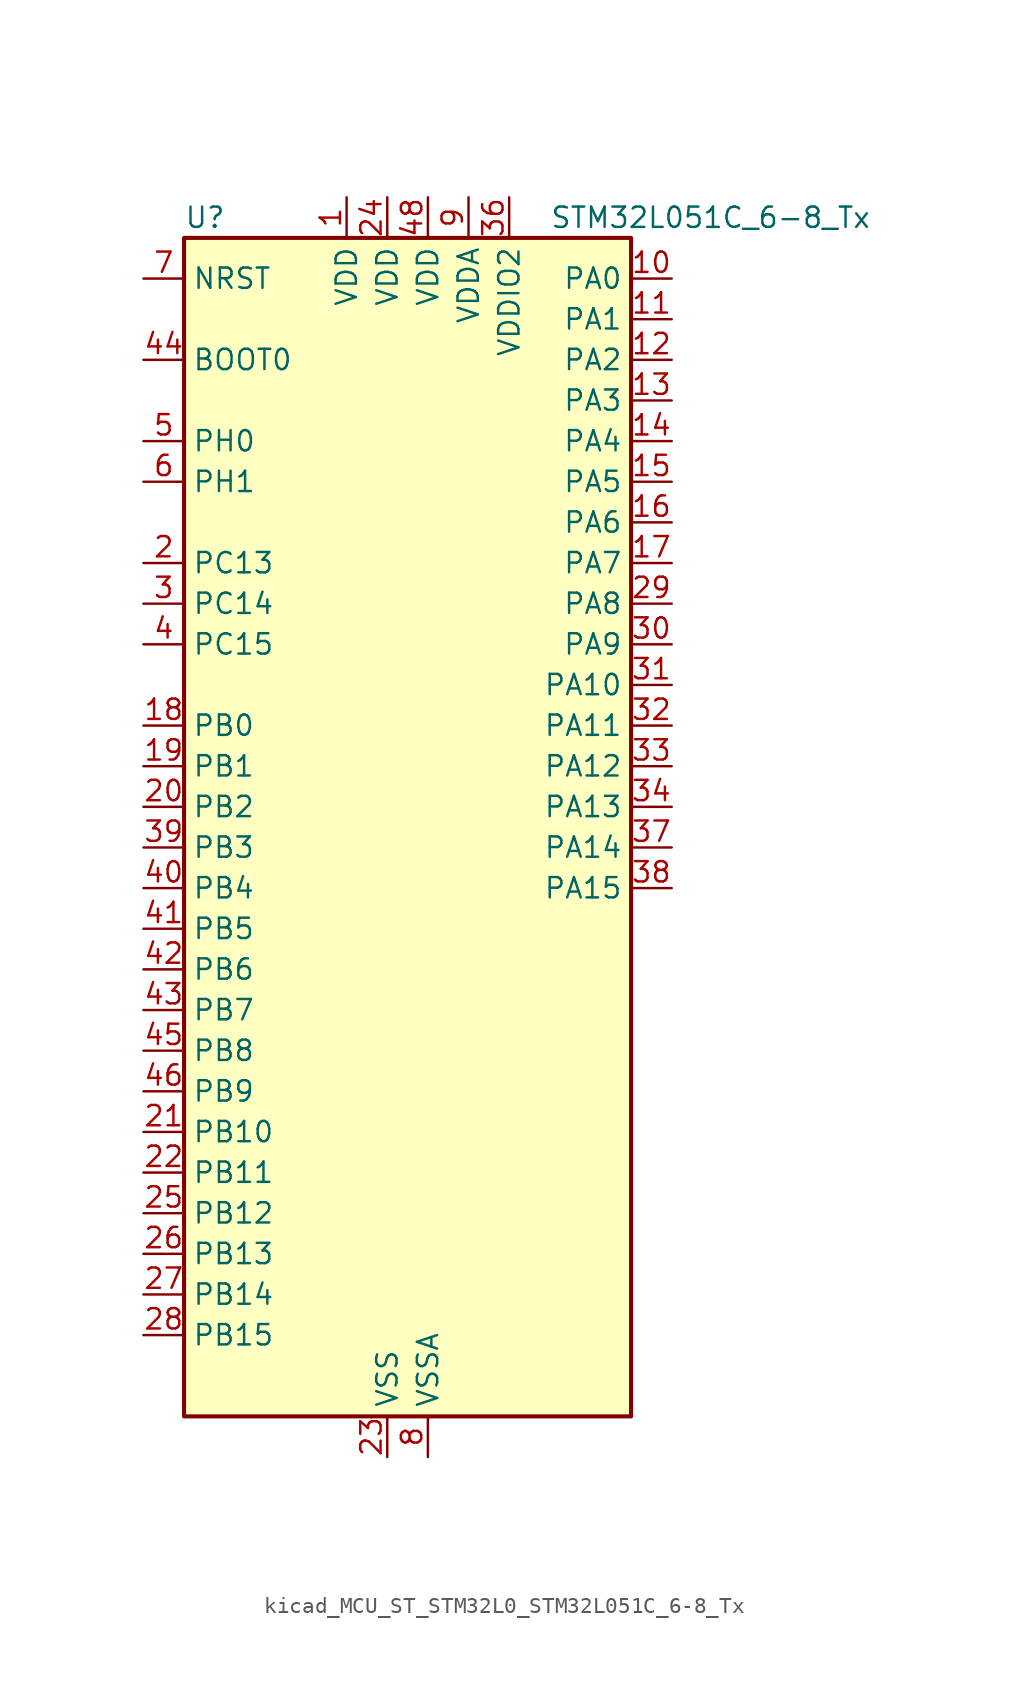
<source format=kicad_sym>
(kicad_symbol_lib
  (version 20220914)
  (generator kicad_symbol_editor)
  (symbol "kicad_MCU_ST_STM32L0_STM32L051C_6-8_Tx"
    (property "Reference" "U"
      (at -12.7 39.37 0)
      (effects (font (size 1.27 1.27)) (justify left)))
    (property "Value" "STM32L051C_6-8_Tx"
      (at 10.16 39.37 0)
      (effects (font (size 1.27 1.27)) (justify left)))
    (property "ki_locked" ""
      (at 0 0 0)
      (effects (font (size 1.27 1.27))))
    (symbol "kicad_MCU_ST_STM32L0_STM32L051C_6-8_Tx_0_1"
      (rectangle (start -12.7 -35.56) (end 15.24 38.1) (stroke (width 0.254) (type default)) (fill (type background))))
    (symbol "kicad_MCU_ST_STM32L0_STM32L051C_6-8_Tx_1_1"
      (pin power_in line (at -2.54 40.64 270) (length 2.54) (name "VDD" (effects (font (size 1.27 1.27)))) (number "1" (effects (font (size 1.27 1.27)))))
      (pin bidirectional line (at 17.78 35.56 180) (length 2.54) (name "PA0" (effects (font (size 1.27 1.27)))) (number "10" (effects (font (size 1.27 1.27)))) (alternate "ADC_IN0" bidirectional line) (alternate "COMP1_INM" bidirectional line) (alternate "COMP1_OUT" bidirectional line) (alternate "RTC_TAMP2" bidirectional line) (alternate "SYS_WKUP1" bidirectional line) (alternate "TIM2_CH1" bidirectional line) (alternate "TIM2_ETR" bidirectional line) (alternate "USART2_CTS" bidirectional line))
      (pin bidirectional line (at 17.78 33.02 180) (length 2.54) (name "PA1" (effects (font (size 1.27 1.27)))) (number "11" (effects (font (size 1.27 1.27)))) (alternate "ADC_IN1" bidirectional line) (alternate "COMP1_INP" bidirectional line) (alternate "TIM21_ETR" bidirectional line) (alternate "TIM2_CH2" bidirectional line) (alternate "USART2_DE" bidirectional line) (alternate "USART2_RTS" bidirectional line))
      (pin bidirectional line (at 17.78 30.48 180) (length 2.54) (name "PA2" (effects (font (size 1.27 1.27)))) (number "12" (effects (font (size 1.27 1.27)))) (alternate "ADC_IN2" bidirectional line) (alternate "COMP2_INM" bidirectional line) (alternate "COMP2_OUT" bidirectional line) (alternate "TIM21_CH1" bidirectional line) (alternate "TIM2_CH3" bidirectional line) (alternate "USART2_TX" bidirectional line))
      (pin bidirectional line (at 17.78 27.94 180) (length 2.54) (name "PA3" (effects (font (size 1.27 1.27)))) (number "13" (effects (font (size 1.27 1.27)))) (alternate "ADC_IN3" bidirectional line) (alternate "COMP2_INP" bidirectional line) (alternate "TIM21_CH2" bidirectional line) (alternate "TIM2_CH4" bidirectional line) (alternate "USART2_RX" bidirectional line))
      (pin bidirectional line (at 17.78 25.4 180) (length 2.54) (name "PA4" (effects (font (size 1.27 1.27)))) (number "14" (effects (font (size 1.27 1.27)))) (alternate "ADC_IN4" bidirectional line) (alternate "COMP1_INM" bidirectional line) (alternate "COMP2_INM" bidirectional line) (alternate "SPI1_NSS" bidirectional line) (alternate "TIM22_ETR" bidirectional line) (alternate "USART2_CK" bidirectional line))
      (pin bidirectional line (at 17.78 22.86 180) (length 2.54) (name "PA5" (effects (font (size 1.27 1.27)))) (number "15" (effects (font (size 1.27 1.27)))) (alternate "ADC_IN5" bidirectional line) (alternate "COMP1_INM" bidirectional line) (alternate "COMP2_INM" bidirectional line) (alternate "SPI1_SCK" bidirectional line) (alternate "TIM2_CH1" bidirectional line) (alternate "TIM2_ETR" bidirectional line))
      (pin bidirectional line (at 17.78 20.32 180) (length 2.54) (name "PA6" (effects (font (size 1.27 1.27)))) (number "16" (effects (font (size 1.27 1.27)))) (alternate "ADC_IN6" bidirectional line) (alternate "COMP1_OUT" bidirectional line) (alternate "LPUART1_CTS" bidirectional line) (alternate "SPI1_MISO" bidirectional line) (alternate "TIM22_CH1" bidirectional line))
      (pin bidirectional line (at 17.78 17.78 180) (length 2.54) (name "PA7" (effects (font (size 1.27 1.27)))) (number "17" (effects (font (size 1.27 1.27)))) (alternate "ADC_IN7" bidirectional line) (alternate "COMP2_OUT" bidirectional line) (alternate "SPI1_MOSI" bidirectional line) (alternate "TIM22_CH2" bidirectional line))
      (pin bidirectional line (at -15.24 7.62 0) (length 2.54) (name "PB0" (effects (font (size 1.27 1.27)))) (number "18" (effects (font (size 1.27 1.27)))) (alternate "ADC_IN8" bidirectional line) (alternate "SYS_VREF_OUT_PB0" bidirectional line))
      (pin bidirectional line (at -15.24 5.08 0) (length 2.54) (name "PB1" (effects (font (size 1.27 1.27)))) (number "19" (effects (font (size 1.27 1.27)))) (alternate "ADC_IN9" bidirectional line) (alternate "LPUART1_DE" bidirectional line) (alternate "LPUART1_RTS" bidirectional line) (alternate "SYS_VREF_OUT_PB1" bidirectional line))
      (pin bidirectional line (at -15.24 17.78 0) (length 2.54) (name "PC13" (effects (font (size 1.27 1.27)))) (number "2" (effects (font (size 1.27 1.27)))) (alternate "RTC_OUT_ALARM" bidirectional line) (alternate "RTC_OUT_CALIB" bidirectional line) (alternate "RTC_TAMP1" bidirectional line) (alternate "RTC_TS" bidirectional line) (alternate "SYS_WKUP2" bidirectional line))
      (pin bidirectional line (at -15.24 2.54 0) (length 2.54) (name "PB2" (effects (font (size 1.27 1.27)))) (number "20" (effects (font (size 1.27 1.27)))) (alternate "LPTIM1_OUT" bidirectional line))
      (pin bidirectional line (at -15.24 -17.78 0) (length 2.54) (name "PB10" (effects (font (size 1.27 1.27)))) (number "21" (effects (font (size 1.27 1.27)))) (alternate "I2C2_SCL" bidirectional line) (alternate "LPUART1_TX" bidirectional line) (alternate "SPI2_SCK" bidirectional line) (alternate "TIM2_CH3" bidirectional line))
      (pin bidirectional line (at -15.24 -20.32 0) (length 2.54) (name "PB11" (effects (font (size 1.27 1.27)))) (number "22" (effects (font (size 1.27 1.27)))) (alternate "ADC_EXTI11" bidirectional line) (alternate "I2C2_SDA" bidirectional line) (alternate "LPUART1_RX" bidirectional line) (alternate "TIM2_CH4" bidirectional line))
      (pin power_in line (at 0 -38.1 90) (length 2.54) (name "VSS" (effects (font (size 1.27 1.27)))) (number "23" (effects (font (size 1.27 1.27)))))
      (pin power_in line (at 0 40.64 270) (length 2.54) (name "VDD" (effects (font (size 1.27 1.27)))) (number "24" (effects (font (size 1.27 1.27)))))
      (pin bidirectional line (at -15.24 -22.86 0) (length 2.54) (name "PB12" (effects (font (size 1.27 1.27)))) (number "25" (effects (font (size 1.27 1.27)))) (alternate "I2S2_WS" bidirectional line) (alternate "LPUART1_DE" bidirectional line) (alternate "LPUART1_RTS" bidirectional line) (alternate "SPI2_NSS" bidirectional line))
      (pin bidirectional line (at -15.24 -25.4 0) (length 2.54) (name "PB13" (effects (font (size 1.27 1.27)))) (number "26" (effects (font (size 1.27 1.27)))) (alternate "I2C2_SCL" bidirectional line) (alternate "I2S2_CK" bidirectional line) (alternate "LPUART1_CTS" bidirectional line) (alternate "SPI2_SCK" bidirectional line) (alternate "TIM21_CH1" bidirectional line))
      (pin bidirectional line (at -15.24 -27.94 0) (length 2.54) (name "PB14" (effects (font (size 1.27 1.27)))) (number "27" (effects (font (size 1.27 1.27)))) (alternate "I2C2_SDA" bidirectional line) (alternate "I2S2_MCK" bidirectional line) (alternate "LPUART1_DE" bidirectional line) (alternate "LPUART1_RTS" bidirectional line) (alternate "RTC_OUT_ALARM" bidirectional line) (alternate "RTC_OUT_CALIB" bidirectional line) (alternate "SPI2_MISO" bidirectional line) (alternate "TIM21_CH2" bidirectional line))
      (pin bidirectional line (at -15.24 -30.48 0) (length 2.54) (name "PB15" (effects (font (size 1.27 1.27)))) (number "28" (effects (font (size 1.27 1.27)))) (alternate "I2S2_SD" bidirectional line) (alternate "RTC_REFIN" bidirectional line) (alternate "SPI2_MOSI" bidirectional line))
      (pin bidirectional line (at 17.78 15.24 180) (length 2.54) (name "PA8" (effects (font (size 1.27 1.27)))) (number "29" (effects (font (size 1.27 1.27)))) (alternate "RCC_MCO" bidirectional line) (alternate "USART1_CK" bidirectional line))
      (pin bidirectional line (at -15.24 15.24 0) (length 2.54) (name "PC14" (effects (font (size 1.27 1.27)))) (number "3" (effects (font (size 1.27 1.27)))) (alternate "RCC_OSC32_IN" bidirectional line))
      (pin bidirectional line (at 17.78 12.7 180) (length 2.54) (name "PA9" (effects (font (size 1.27 1.27)))) (number "30" (effects (font (size 1.27 1.27)))) (alternate "RCC_MCO" bidirectional line) (alternate "USART1_TX" bidirectional line))
      (pin bidirectional line (at 17.78 10.16 180) (length 2.54) (name "PA10" (effects (font (size 1.27 1.27)))) (number "31" (effects (font (size 1.27 1.27)))) (alternate "USART1_RX" bidirectional line))
      (pin bidirectional line (at 17.78 7.62 180) (length 2.54) (name "PA11" (effects (font (size 1.27 1.27)))) (number "32" (effects (font (size 1.27 1.27)))) (alternate "ADC_EXTI11" bidirectional line) (alternate "COMP1_OUT" bidirectional line) (alternate "SPI1_MISO" bidirectional line) (alternate "USART1_CTS" bidirectional line))
      (pin bidirectional line (at 17.78 5.08 180) (length 2.54) (name "PA12" (effects (font (size 1.27 1.27)))) (number "33" (effects (font (size 1.27 1.27)))) (alternate "COMP2_OUT" bidirectional line) (alternate "SPI1_MOSI" bidirectional line) (alternate "USART1_DE" bidirectional line) (alternate "USART1_RTS" bidirectional line))
      (pin bidirectional line (at 17.78 2.54 180) (length 2.54) (name "PA13" (effects (font (size 1.27 1.27)))) (number "34" (effects (font (size 1.27 1.27)))) (alternate "SYS_SWDIO" bidirectional line))
      (pin passive line (at 0 -38.1 90) (length 2.54) hide (name "VSS" (effects (font (size 1.27 1.27)))) (number "35" (effects (font (size 1.27 1.27)))))
      (pin power_in line (at 7.62 40.64 270) (length 2.54) (name "VDDIO2" (effects (font (size 1.27 1.27)))) (number "36" (effects (font (size 1.27 1.27)))))
      (pin bidirectional line (at 17.78 0 180) (length 2.54) (name "PA14" (effects (font (size 1.27 1.27)))) (number "37" (effects (font (size 1.27 1.27)))) (alternate "SYS_SWCLK" bidirectional line) (alternate "USART2_TX" bidirectional line))
      (pin bidirectional line (at 17.78 -2.54 180) (length 2.54) (name "PA15" (effects (font (size 1.27 1.27)))) (number "38" (effects (font (size 1.27 1.27)))) (alternate "SPI1_NSS" bidirectional line) (alternate "TIM2_CH1" bidirectional line) (alternate "TIM2_ETR" bidirectional line) (alternate "USART2_RX" bidirectional line))
      (pin bidirectional line (at -15.24 0 0) (length 2.54) (name "PB3" (effects (font (size 1.27 1.27)))) (number "39" (effects (font (size 1.27 1.27)))) (alternate "COMP2_INM" bidirectional line) (alternate "SPI1_SCK" bidirectional line) (alternate "TIM2_CH2" bidirectional line))
      (pin bidirectional line (at -15.24 12.7 0) (length 2.54) (name "PC15" (effects (font (size 1.27 1.27)))) (number "4" (effects (font (size 1.27 1.27)))) (alternate "RCC_OSC32_OUT" bidirectional line))
      (pin bidirectional line (at -15.24 -2.54 0) (length 2.54) (name "PB4" (effects (font (size 1.27 1.27)))) (number "40" (effects (font (size 1.27 1.27)))) (alternate "COMP2_INP" bidirectional line) (alternate "SPI1_MISO" bidirectional line) (alternate "TIM22_CH1" bidirectional line))
      (pin bidirectional line (at -15.24 -5.08 0) (length 2.54) (name "PB5" (effects (font (size 1.27 1.27)))) (number "41" (effects (font (size 1.27 1.27)))) (alternate "COMP2_INP" bidirectional line) (alternate "I2C1_SMBA" bidirectional line) (alternate "LPTIM1_IN1" bidirectional line) (alternate "SPI1_MOSI" bidirectional line) (alternate "TIM22_CH2" bidirectional line))
      (pin bidirectional line (at -15.24 -7.62 0) (length 2.54) (name "PB6" (effects (font (size 1.27 1.27)))) (number "42" (effects (font (size 1.27 1.27)))) (alternate "COMP2_INP" bidirectional line) (alternate "I2C1_SCL" bidirectional line) (alternate "LPTIM1_ETR" bidirectional line) (alternate "USART1_TX" bidirectional line))
      (pin bidirectional line (at -15.24 -10.16 0) (length 2.54) (name "PB7" (effects (font (size 1.27 1.27)))) (number "43" (effects (font (size 1.27 1.27)))) (alternate "COMP2_INP" bidirectional line) (alternate "I2C1_SDA" bidirectional line) (alternate "LPTIM1_IN2" bidirectional line) (alternate "SYS_PVD_IN" bidirectional line) (alternate "USART1_RX" bidirectional line))
      (pin input line (at -15.24 30.48 0) (length 2.54) (name "BOOT0" (effects (font (size 1.27 1.27)))) (number "44" (effects (font (size 1.27 1.27)))))
      (pin bidirectional line (at -15.24 -12.7 0) (length 2.54) (name "PB8" (effects (font (size 1.27 1.27)))) (number "45" (effects (font (size 1.27 1.27)))) (alternate "I2C1_SCL" bidirectional line))
      (pin bidirectional line (at -15.24 -15.24 0) (length 2.54) (name "PB9" (effects (font (size 1.27 1.27)))) (number "46" (effects (font (size 1.27 1.27)))) (alternate "I2C1_SDA" bidirectional line) (alternate "I2S2_WS" bidirectional line) (alternate "SPI2_NSS" bidirectional line))
      (pin passive line (at 0 -38.1 90) (length 2.54) hide (name "VSS" (effects (font (size 1.27 1.27)))) (number "47" (effects (font (size 1.27 1.27)))))
      (pin power_in line (at 2.54 40.64 270) (length 2.54) (name "VDD" (effects (font (size 1.27 1.27)))) (number "48" (effects (font (size 1.27 1.27)))))
      (pin bidirectional line (at -15.24 25.4 0) (length 2.54) (name "PH0" (effects (font (size 1.27 1.27)))) (number "5" (effects (font (size 1.27 1.27)))) (alternate "RCC_OSC_IN" bidirectional line))
      (pin bidirectional line (at -15.24 22.86 0) (length 2.54) (name "PH1" (effects (font (size 1.27 1.27)))) (number "6" (effects (font (size 1.27 1.27)))) (alternate "RCC_OSC_OUT" bidirectional line))
      (pin input line (at -15.24 35.56 0) (length 2.54) (name "NRST" (effects (font (size 1.27 1.27)))) (number "7" (effects (font (size 1.27 1.27)))))
      (pin power_in line (at 2.54 -38.1 90) (length 2.54) (name "VSSA" (effects (font (size 1.27 1.27)))) (number "8" (effects (font (size 1.27 1.27)))))
      (pin power_in line (at 5.08 40.64 270) (length 2.54) (name "VDDA" (effects (font (size 1.27 1.27)))) (number "9" (effects (font (size 1.27 1.27))))))))
</source>
